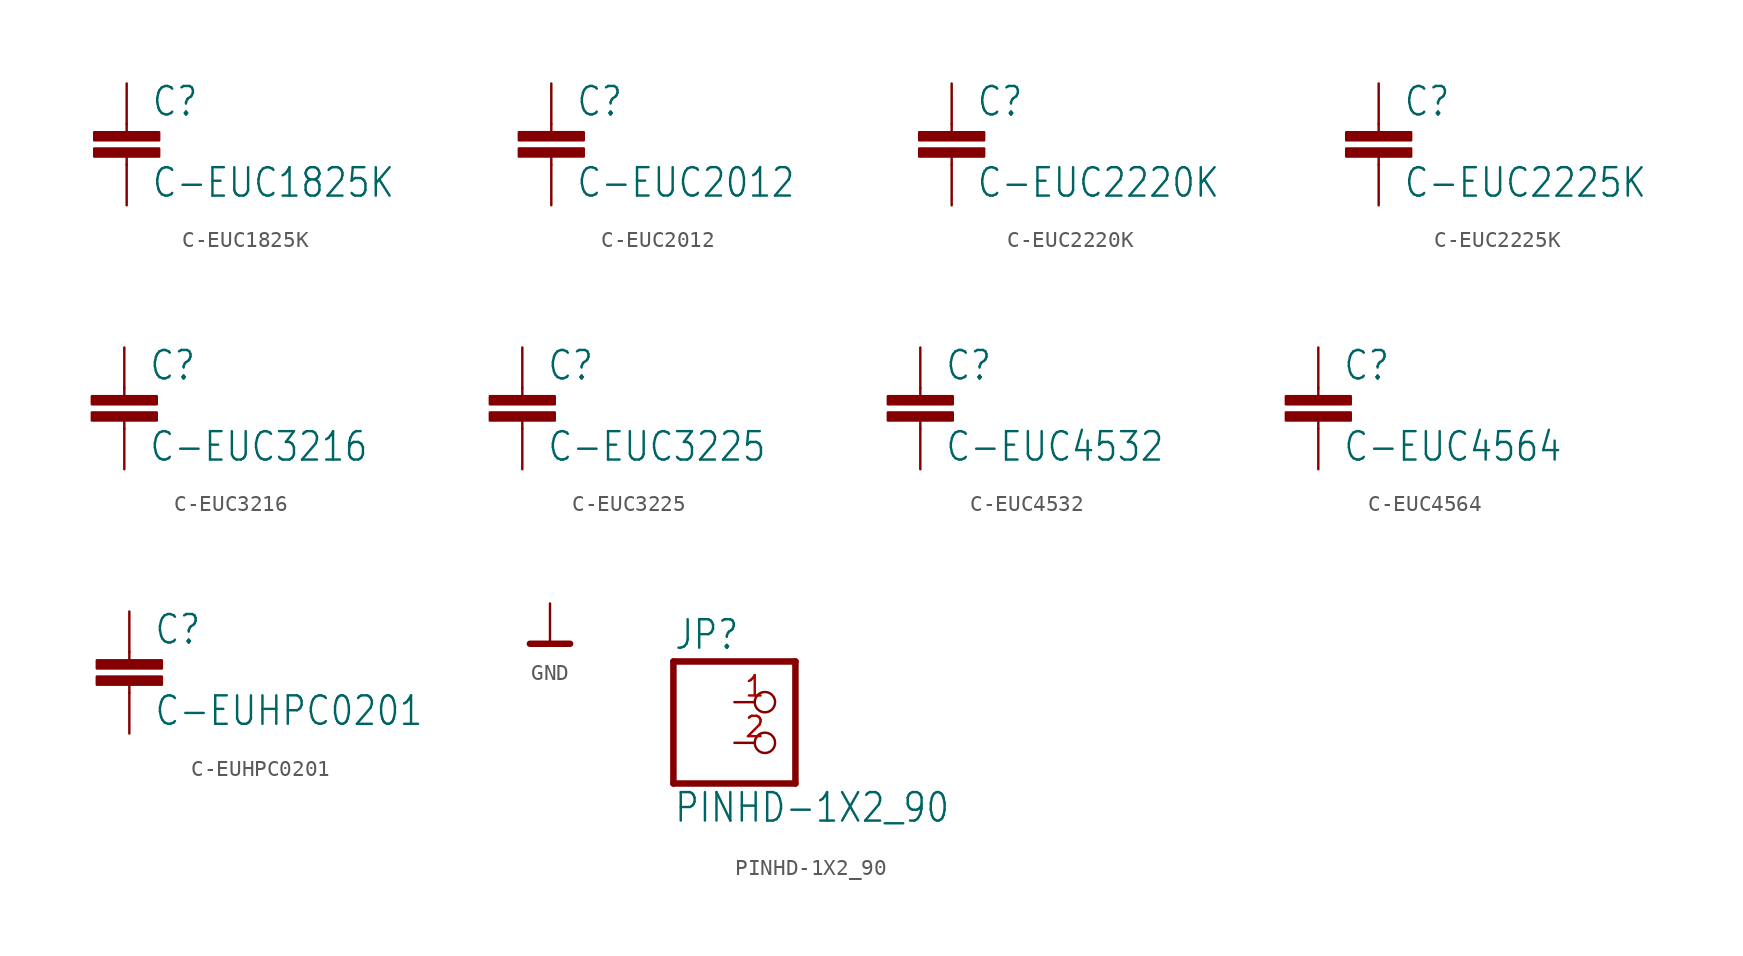
<source format=kicad_sym>
(kicad_symbol_lib
  (version 20201005)
  (generator kicad_symbol_editor)
  (symbol "pirt:C-EUC1825K"
    (property "Reference" "C"
      (at 1.524 0.381 0)
      (effects (font (size 1.778 1.511)) (justify left bottom)))
    (property "Value" "C-EUC1825K"
      (at 1.524 -4.699 0)
      (effects (font (size 1.778 1.511)) (justify left bottom)))
    (property "ki_locked" ""
      (at 0 0 0)
      (effects (font (size 1.27 1.27))))
    (symbol "C-EUC1825K_1_0"
      (rectangle (start -2.032 -2.032) (end 2.032 -1.524) (stroke (width 0)) (fill (type outline)))
      (rectangle (start -2.032 -1.016) (end 2.032 -0.508) (stroke (width 0)) (fill (type outline)))
      (polyline (pts (xy 0 -2.54) (xy 0 -2.032)) (stroke (width 0.152)) (fill (type none)))
      (polyline (pts (xy 0 0) (xy 0 -0.508)) (stroke (width 0.152)) (fill (type none)))
      (pin passive line (at 0 2.54 270) (length 2.54) (name "1" (effects (font (size 0 0)))) (number "1" (effects (font (size 0 0)))))
      (pin passive line (at 0 -5.08 90) (length 2.54) (name "2" (effects (font (size 0 0)))) (number "2" (effects (font (size 0 0)))))))
  (symbol "pirt:C-EUC2012"
    (property "Reference" "C"
      (at 1.524 0.381 0)
      (effects (font (size 1.778 1.511)) (justify left bottom)))
    (property "Value" "C-EUC2012"
      (at 1.524 -4.699 0)
      (effects (font (size 1.778 1.511)) (justify left bottom)))
    (property "ki_locked" ""
      (at 0 0 0)
      (effects (font (size 1.27 1.27))))
    (symbol "C-EUC2012_1_0"
      (rectangle (start -2.032 -2.032) (end 2.032 -1.524) (stroke (width 0)) (fill (type outline)))
      (rectangle (start -2.032 -1.016) (end 2.032 -0.508) (stroke (width 0)) (fill (type outline)))
      (polyline (pts (xy 0 -2.54) (xy 0 -2.032)) (stroke (width 0.152)) (fill (type none)))
      (polyline (pts (xy 0 0) (xy 0 -0.508)) (stroke (width 0.152)) (fill (type none)))
      (pin passive line (at 0 2.54 270) (length 2.54) (name "1" (effects (font (size 0 0)))) (number "1" (effects (font (size 0 0)))))
      (pin passive line (at 0 -5.08 90) (length 2.54) (name "2" (effects (font (size 0 0)))) (number "2" (effects (font (size 0 0)))))))
  (symbol "pirt:C-EUC2220K"
    (property "Reference" "C"
      (at 1.524 0.381 0)
      (effects (font (size 1.778 1.511)) (justify left bottom)))
    (property "Value" "C-EUC2220K"
      (at 1.524 -4.699 0)
      (effects (font (size 1.778 1.511)) (justify left bottom)))
    (property "ki_locked" ""
      (at 0 0 0)
      (effects (font (size 1.27 1.27))))
    (symbol "C-EUC2220K_1_0"
      (rectangle (start -2.032 -2.032) (end 2.032 -1.524) (stroke (width 0)) (fill (type outline)))
      (rectangle (start -2.032 -1.016) (end 2.032 -0.508) (stroke (width 0)) (fill (type outline)))
      (polyline (pts (xy 0 -2.54) (xy 0 -2.032)) (stroke (width 0.152)) (fill (type none)))
      (polyline (pts (xy 0 0) (xy 0 -0.508)) (stroke (width 0.152)) (fill (type none)))
      (pin passive line (at 0 2.54 270) (length 2.54) (name "1" (effects (font (size 0 0)))) (number "1" (effects (font (size 0 0)))))
      (pin passive line (at 0 -5.08 90) (length 2.54) (name "2" (effects (font (size 0 0)))) (number "2" (effects (font (size 0 0)))))))
  (symbol "pirt:C-EUC2225K"
    (property "Reference" "C"
      (at 1.524 0.381 0)
      (effects (font (size 1.778 1.511)) (justify left bottom)))
    (property "Value" "C-EUC2225K"
      (at 1.524 -4.699 0)
      (effects (font (size 1.778 1.511)) (justify left bottom)))
    (property "ki_locked" ""
      (at 0 0 0)
      (effects (font (size 1.27 1.27))))
    (symbol "C-EUC2225K_1_0"
      (rectangle (start -2.032 -2.032) (end 2.032 -1.524) (stroke (width 0)) (fill (type outline)))
      (rectangle (start -2.032 -1.016) (end 2.032 -0.508) (stroke (width 0)) (fill (type outline)))
      (polyline (pts (xy 0 -2.54) (xy 0 -2.032)) (stroke (width 0.152)) (fill (type none)))
      (polyline (pts (xy 0 0) (xy 0 -0.508)) (stroke (width 0.152)) (fill (type none)))
      (pin passive line (at 0 2.54 270) (length 2.54) (name "1" (effects (font (size 0 0)))) (number "1" (effects (font (size 0 0)))))
      (pin passive line (at 0 -5.08 90) (length 2.54) (name "2" (effects (font (size 0 0)))) (number "2" (effects (font (size 0 0)))))))
  (symbol "pirt:C-EUC3216"
    (property "Reference" "C"
      (at 1.524 0.381 0)
      (effects (font (size 1.778 1.511)) (justify left bottom)))
    (property "Value" "C-EUC3216"
      (at 1.524 -4.699 0)
      (effects (font (size 1.778 1.511)) (justify left bottom)))
    (property "ki_locked" ""
      (at 0 0 0)
      (effects (font (size 1.27 1.27))))
    (symbol "C-EUC3216_1_0"
      (rectangle (start -2.032 -2.032) (end 2.032 -1.524) (stroke (width 0)) (fill (type outline)))
      (rectangle (start -2.032 -1.016) (end 2.032 -0.508) (stroke (width 0)) (fill (type outline)))
      (polyline (pts (xy 0 -2.54) (xy 0 -2.032)) (stroke (width 0.152)) (fill (type none)))
      (polyline (pts (xy 0 0) (xy 0 -0.508)) (stroke (width 0.152)) (fill (type none)))
      (pin passive line (at 0 2.54 270) (length 2.54) (name "1" (effects (font (size 0 0)))) (number "1" (effects (font (size 0 0)))))
      (pin passive line (at 0 -5.08 90) (length 2.54) (name "2" (effects (font (size 0 0)))) (number "2" (effects (font (size 0 0)))))))
  (symbol "pirt:C-EUC3225"
    (property "Reference" "C"
      (at 1.524 0.381 0)
      (effects (font (size 1.778 1.511)) (justify left bottom)))
    (property "Value" "C-EUC3225"
      (at 1.524 -4.699 0)
      (effects (font (size 1.778 1.511)) (justify left bottom)))
    (property "ki_locked" ""
      (at 0 0 0)
      (effects (font (size 1.27 1.27))))
    (symbol "C-EUC3225_1_0"
      (rectangle (start -2.032 -2.032) (end 2.032 -1.524) (stroke (width 0)) (fill (type outline)))
      (rectangle (start -2.032 -1.016) (end 2.032 -0.508) (stroke (width 0)) (fill (type outline)))
      (polyline (pts (xy 0 -2.54) (xy 0 -2.032)) (stroke (width 0.152)) (fill (type none)))
      (polyline (pts (xy 0 0) (xy 0 -0.508)) (stroke (width 0.152)) (fill (type none)))
      (pin passive line (at 0 2.54 270) (length 2.54) (name "1" (effects (font (size 0 0)))) (number "1" (effects (font (size 0 0)))))
      (pin passive line (at 0 -5.08 90) (length 2.54) (name "2" (effects (font (size 0 0)))) (number "2" (effects (font (size 0 0)))))))
  (symbol "pirt:C-EUC4532"
    (property "Reference" "C"
      (at 1.524 0.381 0)
      (effects (font (size 1.778 1.511)) (justify left bottom)))
    (property "Value" "C-EUC4532"
      (at 1.524 -4.699 0)
      (effects (font (size 1.778 1.511)) (justify left bottom)))
    (property "ki_locked" ""
      (at 0 0 0)
      (effects (font (size 1.27 1.27))))
    (symbol "C-EUC4532_1_0"
      (rectangle (start -2.032 -2.032) (end 2.032 -1.524) (stroke (width 0)) (fill (type outline)))
      (rectangle (start -2.032 -1.016) (end 2.032 -0.508) (stroke (width 0)) (fill (type outline)))
      (polyline (pts (xy 0 -2.54) (xy 0 -2.032)) (stroke (width 0.152)) (fill (type none)))
      (polyline (pts (xy 0 0) (xy 0 -0.508)) (stroke (width 0.152)) (fill (type none)))
      (pin passive line (at 0 2.54 270) (length 2.54) (name "1" (effects (font (size 0 0)))) (number "1" (effects (font (size 0 0)))))
      (pin passive line (at 0 -5.08 90) (length 2.54) (name "2" (effects (font (size 0 0)))) (number "2" (effects (font (size 0 0)))))))
  (symbol "pirt:C-EUC4564"
    (property "Reference" "C"
      (at 1.524 0.381 0)
      (effects (font (size 1.778 1.511)) (justify left bottom)))
    (property "Value" "C-EUC4564"
      (at 1.524 -4.699 0)
      (effects (font (size 1.778 1.511)) (justify left bottom)))
    (property "ki_locked" ""
      (at 0 0 0)
      (effects (font (size 1.27 1.27))))
    (symbol "C-EUC4564_1_0"
      (rectangle (start -2.032 -2.032) (end 2.032 -1.524) (stroke (width 0)) (fill (type outline)))
      (rectangle (start -2.032 -1.016) (end 2.032 -0.508) (stroke (width 0)) (fill (type outline)))
      (polyline (pts (xy 0 -2.54) (xy 0 -2.032)) (stroke (width 0.152)) (fill (type none)))
      (polyline (pts (xy 0 0) (xy 0 -0.508)) (stroke (width 0.152)) (fill (type none)))
      (pin passive line (at 0 2.54 270) (length 2.54) (name "1" (effects (font (size 0 0)))) (number "1" (effects (font (size 0 0)))))
      (pin passive line (at 0 -5.08 90) (length 2.54) (name "2" (effects (font (size 0 0)))) (number "2" (effects (font (size 0 0)))))))
  (symbol "pirt:C-EUHPC0201"
    (property "Reference" "C"
      (at 1.524 0.381 0)
      (effects (font (size 1.778 1.511)) (justify left bottom)))
    (property "Value" "C-EUHPC0201"
      (at 1.524 -4.699 0)
      (effects (font (size 1.778 1.511)) (justify left bottom)))
    (property "ki_locked" ""
      (at 0 0 0)
      (effects (font (size 1.27 1.27))))
    (symbol "C-EUHPC0201_1_0"
      (rectangle (start -2.032 -2.032) (end 2.032 -1.524) (stroke (width 0)) (fill (type outline)))
      (rectangle (start -2.032 -1.016) (end 2.032 -0.508) (stroke (width 0)) (fill (type outline)))
      (polyline (pts (xy 0 -2.54) (xy 0 -2.032)) (stroke (width 0.152)) (fill (type none)))
      (polyline (pts (xy 0 0) (xy 0 -0.508)) (stroke (width 0.152)) (fill (type none)))
      (pin passive line (at 0 2.54 270) (length 2.54) (name "1" (effects (font (size 0 0)))) (number "1" (effects (font (size 0 0)))))
      (pin passive line (at 0 -5.08 90) (length 2.54) (name "2" (effects (font (size 0 0)))) (number "2" (effects (font (size 0 0)))))))
  (symbol "pirt:GND"
    (power)
    (property "Reference" "#GND"
      (at 0 0 0)
      (effects (font (size 1.27 1.27)) hide))
    (property "ki_locked" ""
      (at 0 0 0)
      (effects (font (size 1.27 1.27))))
    (symbol "GND_1_0"
      (polyline (pts (xy -1.27 -2.54) (xy 1.27 -2.54)) (stroke (width 0.406)) (fill (type none)))
      (pin power_in line (at 0 0 270) (length 2.54) (name "GND" (effects (font (size 0 0)))) (number "1" (effects (font (size 0 0)))))))
  (symbol "pirt:PINHD-1X2_90"
    (property "Reference" "JP"
      (at -6.35 5.715 0)
      (effects (font (size 1.778 1.511)) (justify left bottom)))
    (property "Value" "PINHD-1X2_90"
      (at -6.35 -5.08 0)
      (effects (font (size 1.778 1.511)) (justify left bottom)))
    (property "ki_locked" ""
      (at 0 0 0)
      (effects (font (size 1.27 1.27))))
    (symbol "PINHD-1X2_90_1_0"
      (polyline (pts (xy -6.35 -2.54) (xy 1.27 -2.54)) (stroke (width 0.406)) (fill (type none)))
      (polyline (pts (xy -6.35 5.08) (xy -6.35 -2.54)) (stroke (width 0.406)) (fill (type none)))
      (polyline (pts (xy 1.27 -2.54) (xy 1.27 5.08)) (stroke (width 0.406)) (fill (type none)))
      (polyline (pts (xy 1.27 5.08) (xy -6.35 5.08)) (stroke (width 0.406)) (fill (type none)))
      (pin passive inverted (at -2.54 2.54 0) (length 2.54) (name "1" (effects (font (size 0 0)))) (number "1" (effects (font (size 1.27 1.27)))))
      (pin passive inverted (at -2.54 0 0) (length 2.54) (name "2" (effects (font (size 0 0)))) (number "2" (effects (font (size 1.27 1.27))))))))
</source>
